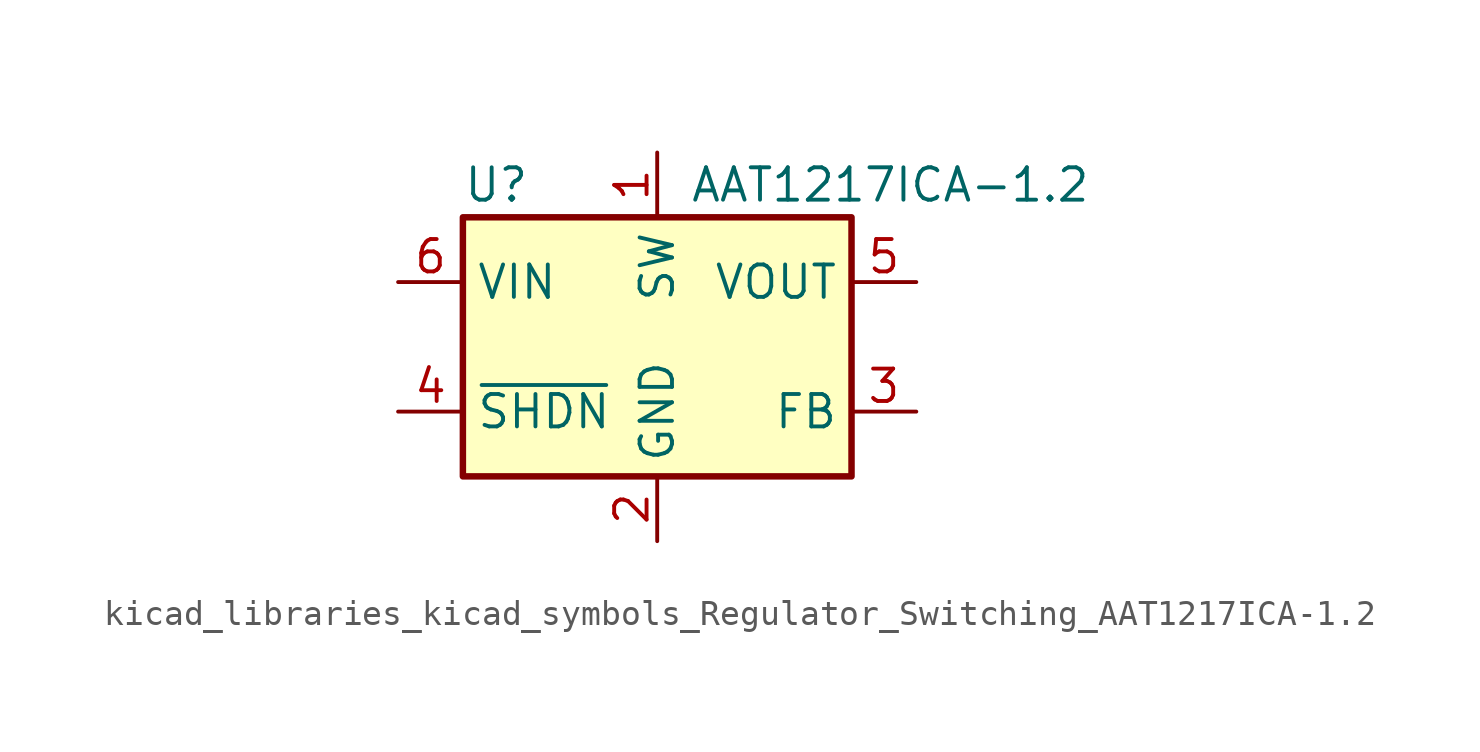
<source format=kicad_sym>
(kicad_symbol_lib
  (version 20220914)
  (generator kicad_symbol_editor)
  (symbol "kicad_libraries_kicad_symbols_Regulator_Switching_AAT1217ICA-1.2"
    (property "Reference" "U"
      (at -7.62 6.35 0)
      (effects (font (size 1.27 1.27)) (justify left)))
    (property "Value" "AAT1217ICA-1.2"
      (at 1.27 6.35 0)
      (effects (font (size 1.27 1.27)) (justify left)))
    (symbol "kicad_libraries_kicad_symbols_Regulator_Switching_AAT1217ICA-1.2_0_1"
      (rectangle (start -7.62 5.08) (end 7.62 -5.08) (stroke (width 0.254) (type default)) (fill (type background))))
    (symbol "kicad_libraries_kicad_symbols_Regulator_Switching_AAT1217ICA-1.2_1_1"
      (pin passive line (at 0 7.62 270) (length 2.54) (name "SW" (effects (font (size 1.27 1.27)))) (number "1" (effects (font (size 1.27 1.27)))))
      (pin power_in line (at 0 -7.62 90) (length 2.54) (name "GND" (effects (font (size 1.27 1.27)))) (number "2" (effects (font (size 1.27 1.27)))))
      (pin passive line (at 10.16 -2.54 180) (length 2.54) (name "FB" (effects (font (size 1.27 1.27)))) (number "3" (effects (font (size 1.27 1.27)))))
      (pin input line (at -10.16 -2.54 0) (length 2.54) (name "~{SHDN}" (effects (font (size 1.27 1.27)))) (number "4" (effects (font (size 1.27 1.27)))))
      (pin power_out line (at 10.16 2.54 180) (length 2.54) (name "VOUT" (effects (font (size 1.27 1.27)))) (number "5" (effects (font (size 1.27 1.27)))))
      (pin power_in line (at -10.16 2.54 0) (length 2.54) (name "VIN" (effects (font (size 1.27 1.27)))) (number "6" (effects (font (size 1.27 1.27))))))))
</source>
